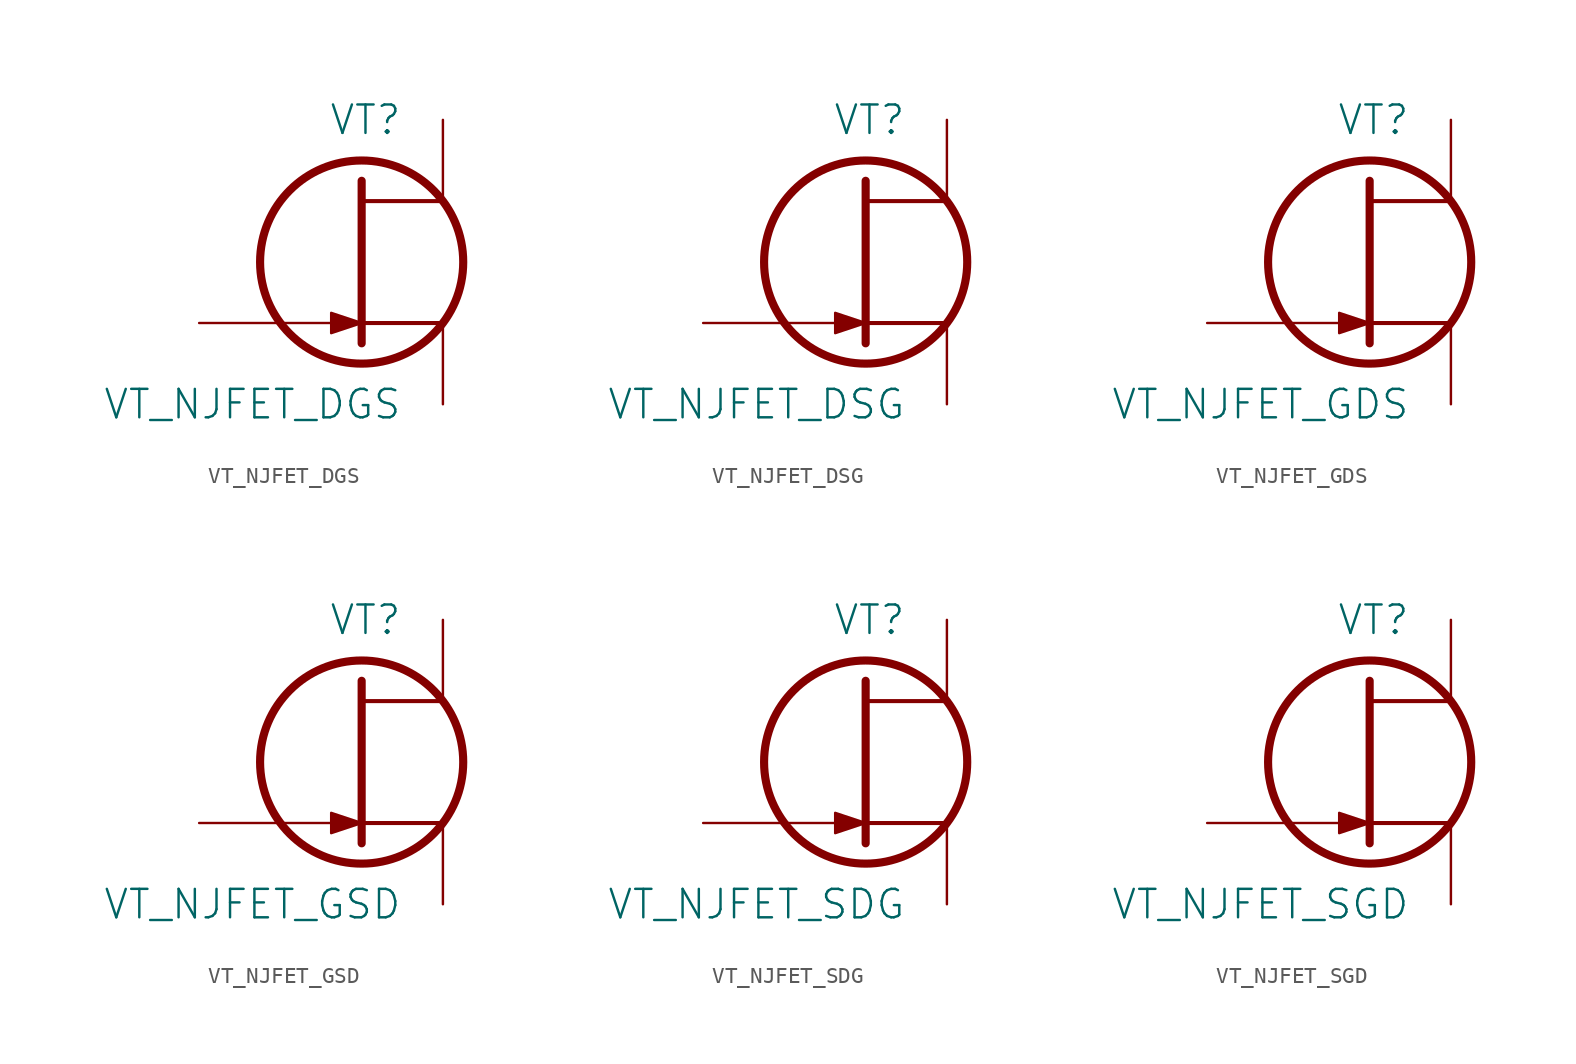
<source format=kicad_sym>
(kicad_symbol_lib
  (version 20211014)
  (generator kicad_symbol_editor)
  (symbol "VT_NJFET_DGS"
    (pin_names
      (offset 0))
    (property "Reference" "VT"
      (at 2.54 8.89 0)
      (effects (font (size 1.778 1.778)) (justify right)))
    (property "Value" "VT_NJFET_DGS"
      (at 2.54 -8.89 0)
      (effects (font (size 1.778 1.778)) (justify right)))
    (symbol "VT_NJFET_DGS_0_1"
      (polyline (pts (xy -10.16 -3.81) (xy 0 -3.81)) (stroke (width 0) (type default) (color 0 0 0 0)) (fill (type none)))
      (polyline (pts (xy 0 -3.81) (xy 5.08 -3.81)) (stroke (width 0.254) (type default) (color 0 0 0 0)) (fill (type none)))
      (polyline (pts (xy 0 3.81) (xy 5.08 3.81)) (stroke (width 0.254) (type default) (color 0 0 0 0)) (fill (type none)))
      (polyline (pts (xy 0 5.08) (xy 0 -5.08)) (stroke (width 0.508) (type default) (color 0 0 0 0)) (fill (type none)))
      (polyline (pts (xy 5.08 -3.81) (xy 5.08 -8.89)) (stroke (width 0) (type default) (color 0 0 0 0)) (fill (type none)))
      (polyline (pts (xy 5.08 3.81) (xy 5.08 8.89)) (stroke (width 0) (type default) (color 0 0 0 0)) (fill (type none)))
      (polyline (pts (xy -1.905 -4.445) (xy 0 -3.81) (xy -1.905 -3.175) (xy -1.905 -4.445)) (stroke (width 0) (type default) (color 0 0 0 0)) (fill (type outline)))
      (circle (center 0 0) (radius 6.35) (stroke (width 0.508) (type default) (color 0 0 0 0)) (fill (type none))))
    (symbol "VT_NJFET_DGS_1_1"
      (pin passive line (at 5.08 8.89 270) (length 2.54) hide (name "D" (effects (font (size 1.27 1.27)))) (number "1" (effects (font (size 1.27 1.27)))))
      (pin passive line (at -10.16 -3.81 0) (length 2.54) hide (name "G" (effects (font (size 1.27 1.27)))) (number "2" (effects (font (size 1.27 1.27)))))
      (pin passive line (at 5.08 -8.89 90) (length 2.54) hide (name "S" (effects (font (size 1.27 1.27)))) (number "3" (effects (font (size 1.27 1.27)))))))
  (symbol "VT_NJFET_DSG"
    (pin_names
      (offset 0))
    (property "Reference" "VT"
      (at 2.54 8.89 0)
      (effects (font (size 1.778 1.778)) (justify right)))
    (property "Value" "VT_NJFET_DSG"
      (at 2.54 -8.89 0)
      (effects (font (size 1.778 1.778)) (justify right)))
    (symbol "VT_NJFET_DSG_0_1"
      (polyline (pts (xy -10.16 -3.81) (xy 0 -3.81)) (stroke (width 0) (type default) (color 0 0 0 0)) (fill (type none)))
      (polyline (pts (xy 0 -3.81) (xy 5.08 -3.81)) (stroke (width 0.254) (type default) (color 0 0 0 0)) (fill (type none)))
      (polyline (pts (xy 0 3.81) (xy 5.08 3.81)) (stroke (width 0.254) (type default) (color 0 0 0 0)) (fill (type none)))
      (polyline (pts (xy 0 5.08) (xy 0 -5.08)) (stroke (width 0.508) (type default) (color 0 0 0 0)) (fill (type none)))
      (polyline (pts (xy 5.08 -3.81) (xy 5.08 -8.89)) (stroke (width 0) (type default) (color 0 0 0 0)) (fill (type none)))
      (polyline (pts (xy 5.08 3.81) (xy 5.08 8.89)) (stroke (width 0) (type default) (color 0 0 0 0)) (fill (type none)))
      (polyline (pts (xy -1.905 -4.445) (xy 0 -3.81) (xy -1.905 -3.175) (xy -1.905 -4.445)) (stroke (width 0) (type default) (color 0 0 0 0)) (fill (type outline)))
      (circle (center 0 0) (radius 6.35) (stroke (width 0.508) (type default) (color 0 0 0 0)) (fill (type none))))
    (symbol "VT_NJFET_DSG_1_1"
      (pin passive line (at 5.08 8.89 270) (length 2.54) hide (name "D" (effects (font (size 1.27 1.27)))) (number "1" (effects (font (size 1.27 1.27)))))
      (pin passive line (at 5.08 -8.89 90) (length 2.54) hide (name "S" (effects (font (size 1.27 1.27)))) (number "2" (effects (font (size 1.27 1.27)))))
      (pin passive line (at -10.16 -3.81 0) (length 2.54) hide (name "G" (effects (font (size 1.27 1.27)))) (number "3" (effects (font (size 1.27 1.27)))))))
  (symbol "VT_NJFET_GDS"
    (pin_names
      (offset 0))
    (property "Reference" "VT"
      (at 2.54 8.89 0)
      (effects (font (size 1.778 1.778)) (justify right)))
    (property "Value" "VT_NJFET_GDS"
      (at 2.54 -8.89 0)
      (effects (font (size 1.778 1.778)) (justify right)))
    (symbol "VT_NJFET_GDS_0_1"
      (polyline (pts (xy -10.16 -3.81) (xy 0 -3.81)) (stroke (width 0) (type default) (color 0 0 0 0)) (fill (type none)))
      (polyline (pts (xy 0 -3.81) (xy 5.08 -3.81)) (stroke (width 0.254) (type default) (color 0 0 0 0)) (fill (type none)))
      (polyline (pts (xy 0 3.81) (xy 5.08 3.81)) (stroke (width 0.254) (type default) (color 0 0 0 0)) (fill (type none)))
      (polyline (pts (xy 0 5.08) (xy 0 -5.08)) (stroke (width 0.508) (type default) (color 0 0 0 0)) (fill (type none)))
      (polyline (pts (xy 5.08 -3.81) (xy 5.08 -8.89)) (stroke (width 0) (type default) (color 0 0 0 0)) (fill (type none)))
      (polyline (pts (xy 5.08 3.81) (xy 5.08 8.89)) (stroke (width 0) (type default) (color 0 0 0 0)) (fill (type none)))
      (polyline (pts (xy -1.905 -4.445) (xy 0 -3.81) (xy -1.905 -3.175) (xy -1.905 -4.445)) (stroke (width 0) (type default) (color 0 0 0 0)) (fill (type outline)))
      (circle (center 0 0) (radius 6.35) (stroke (width 0.508) (type default) (color 0 0 0 0)) (fill (type none))))
    (symbol "VT_NJFET_GDS_1_1"
      (pin passive line (at -10.16 -3.81 0) (length 2.54) hide (name "G" (effects (font (size 1.27 1.27)))) (number "1" (effects (font (size 1.27 1.27)))))
      (pin passive line (at 5.08 8.89 270) (length 2.54) hide (name "D" (effects (font (size 1.27 1.27)))) (number "2" (effects (font (size 1.27 1.27)))))
      (pin passive line (at 5.08 -8.89 90) (length 2.54) hide (name "S" (effects (font (size 1.27 1.27)))) (number "3" (effects (font (size 1.27 1.27)))))))
  (symbol "VT_NJFET_GSD"
    (pin_names
      (offset 0))
    (property "Reference" "VT"
      (at 2.54 8.89 0)
      (effects (font (size 1.778 1.778)) (justify right)))
    (property "Value" "VT_NJFET_GSD"
      (at 2.54 -8.89 0)
      (effects (font (size 1.778 1.778)) (justify right)))
    (symbol "VT_NJFET_GSD_0_1"
      (polyline (pts (xy -10.16 -3.81) (xy 0 -3.81)) (stroke (width 0) (type default) (color 0 0 0 0)) (fill (type none)))
      (polyline (pts (xy 0 -3.81) (xy 5.08 -3.81)) (stroke (width 0.254) (type default) (color 0 0 0 0)) (fill (type none)))
      (polyline (pts (xy 0 3.81) (xy 5.08 3.81)) (stroke (width 0.254) (type default) (color 0 0 0 0)) (fill (type none)))
      (polyline (pts (xy 0 5.08) (xy 0 -5.08)) (stroke (width 0.508) (type default) (color 0 0 0 0)) (fill (type none)))
      (polyline (pts (xy 5.08 -3.81) (xy 5.08 -8.89)) (stroke (width 0) (type default) (color 0 0 0 0)) (fill (type none)))
      (polyline (pts (xy 5.08 3.81) (xy 5.08 8.89)) (stroke (width 0) (type default) (color 0 0 0 0)) (fill (type none)))
      (polyline (pts (xy -1.905 -4.445) (xy 0 -3.81) (xy -1.905 -3.175) (xy -1.905 -4.445)) (stroke (width 0) (type default) (color 0 0 0 0)) (fill (type outline)))
      (circle (center 0 0) (radius 6.35) (stroke (width 0.508) (type default) (color 0 0 0 0)) (fill (type none))))
    (symbol "VT_NJFET_GSD_1_1"
      (pin passive line (at -10.16 -3.81 0) (length 2.54) hide (name "G" (effects (font (size 1.27 1.27)))) (number "1" (effects (font (size 1.27 1.27)))))
      (pin passive line (at 5.08 -8.89 90) (length 2.54) hide (name "S" (effects (font (size 1.27 1.27)))) (number "2" (effects (font (size 1.27 1.27)))))
      (pin passive line (at 5.08 8.89 270) (length 2.54) hide (name "D" (effects (font (size 1.27 1.27)))) (number "3" (effects (font (size 1.27 1.27)))))))
  (symbol "VT_NJFET_SDG"
    (pin_names
      (offset 0))
    (property "Reference" "VT"
      (at 2.54 8.89 0)
      (effects (font (size 1.778 1.778)) (justify right)))
    (property "Value" "VT_NJFET_SDG"
      (at 2.54 -8.89 0)
      (effects (font (size 1.778 1.778)) (justify right)))
    (symbol "VT_NJFET_SDG_0_1"
      (polyline (pts (xy -10.16 -3.81) (xy 0 -3.81)) (stroke (width 0) (type default) (color 0 0 0 0)) (fill (type none)))
      (polyline (pts (xy 0 -3.81) (xy 5.08 -3.81)) (stroke (width 0.254) (type default) (color 0 0 0 0)) (fill (type none)))
      (polyline (pts (xy 0 3.81) (xy 5.08 3.81)) (stroke (width 0.254) (type default) (color 0 0 0 0)) (fill (type none)))
      (polyline (pts (xy 0 5.08) (xy 0 -5.08)) (stroke (width 0.508) (type default) (color 0 0 0 0)) (fill (type none)))
      (polyline (pts (xy 5.08 -3.81) (xy 5.08 -8.89)) (stroke (width 0) (type default) (color 0 0 0 0)) (fill (type none)))
      (polyline (pts (xy 5.08 3.81) (xy 5.08 8.89)) (stroke (width 0) (type default) (color 0 0 0 0)) (fill (type none)))
      (polyline (pts (xy -1.905 -4.445) (xy 0 -3.81) (xy -1.905 -3.175) (xy -1.905 -4.445)) (stroke (width 0) (type default) (color 0 0 0 0)) (fill (type outline)))
      (circle (center 0 0) (radius 6.35) (stroke (width 0.508) (type default) (color 0 0 0 0)) (fill (type none))))
    (symbol "VT_NJFET_SDG_1_1"
      (pin passive line (at 5.08 -8.89 90) (length 2.54) hide (name "S" (effects (font (size 1.27 1.27)))) (number "1" (effects (font (size 1.27 1.27)))))
      (pin passive line (at 5.08 8.89 270) (length 2.54) hide (name "D" (effects (font (size 1.27 1.27)))) (number "2" (effects (font (size 1.27 1.27)))))
      (pin passive line (at -10.16 -3.81 0) (length 2.54) hide (name "G" (effects (font (size 1.27 1.27)))) (number "3" (effects (font (size 1.27 1.27)))))))
  (symbol "VT_NJFET_SGD"
    (pin_names
      (offset 0))
    (property "Reference" "VT"
      (at 2.54 8.89 0)
      (effects (font (size 1.778 1.778)) (justify right)))
    (property "Value" "VT_NJFET_SGD"
      (at 2.54 -8.89 0)
      (effects (font (size 1.778 1.778)) (justify right)))
    (symbol "VT_NJFET_SGD_0_1"
      (polyline (pts (xy -10.16 -3.81) (xy 0 -3.81)) (stroke (width 0) (type default) (color 0 0 0 0)) (fill (type none)))
      (polyline (pts (xy 0 -3.81) (xy 5.08 -3.81)) (stroke (width 0.254) (type default) (color 0 0 0 0)) (fill (type none)))
      (polyline (pts (xy 0 3.81) (xy 5.08 3.81)) (stroke (width 0.254) (type default) (color 0 0 0 0)) (fill (type none)))
      (polyline (pts (xy 0 5.08) (xy 0 -5.08)) (stroke (width 0.508) (type default) (color 0 0 0 0)) (fill (type none)))
      (polyline (pts (xy 5.08 -3.81) (xy 5.08 -8.89)) (stroke (width 0) (type default) (color 0 0 0 0)) (fill (type none)))
      (polyline (pts (xy 5.08 3.81) (xy 5.08 8.89)) (stroke (width 0) (type default) (color 0 0 0 0)) (fill (type none)))
      (polyline (pts (xy -1.905 -4.445) (xy 0 -3.81) (xy -1.905 -3.175) (xy -1.905 -4.445)) (stroke (width 0) (type default) (color 0 0 0 0)) (fill (type outline)))
      (circle (center 0 0) (radius 6.35) (stroke (width 0.508) (type default) (color 0 0 0 0)) (fill (type none))))
    (symbol "VT_NJFET_SGD_1_1"
      (pin passive line (at 5.08 -8.89 90) (length 2.54) hide (name "S" (effects (font (size 1.27 1.27)))) (number "1" (effects (font (size 1.27 1.27)))))
      (pin passive line (at -10.16 -3.81 0) (length 2.54) hide (name "G" (effects (font (size 1.27 1.27)))) (number "2" (effects (font (size 1.27 1.27)))))
      (pin passive line (at 5.08 8.89 270) (length 2.54) hide (name "D" (effects (font (size 1.27 1.27)))) (number "3" (effects (font (size 1.27 1.27))))))))
</source>
